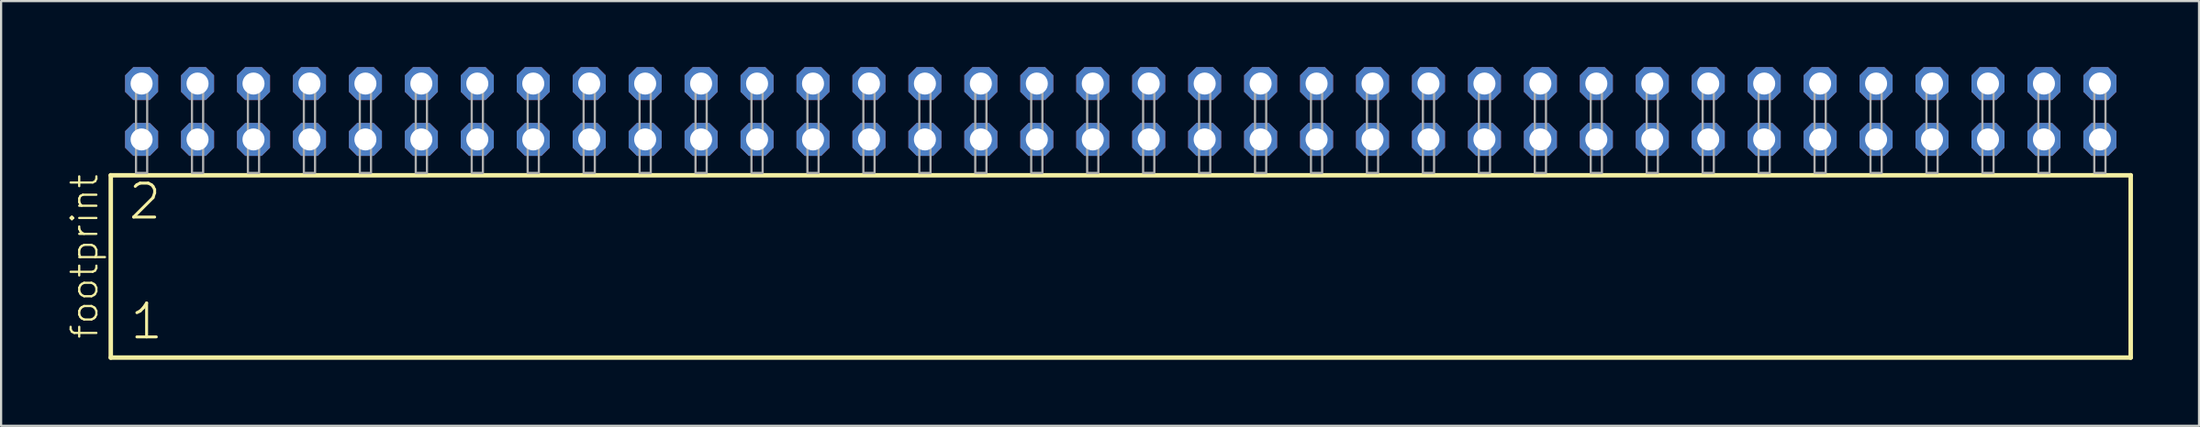
<source format=kicad_pcb>
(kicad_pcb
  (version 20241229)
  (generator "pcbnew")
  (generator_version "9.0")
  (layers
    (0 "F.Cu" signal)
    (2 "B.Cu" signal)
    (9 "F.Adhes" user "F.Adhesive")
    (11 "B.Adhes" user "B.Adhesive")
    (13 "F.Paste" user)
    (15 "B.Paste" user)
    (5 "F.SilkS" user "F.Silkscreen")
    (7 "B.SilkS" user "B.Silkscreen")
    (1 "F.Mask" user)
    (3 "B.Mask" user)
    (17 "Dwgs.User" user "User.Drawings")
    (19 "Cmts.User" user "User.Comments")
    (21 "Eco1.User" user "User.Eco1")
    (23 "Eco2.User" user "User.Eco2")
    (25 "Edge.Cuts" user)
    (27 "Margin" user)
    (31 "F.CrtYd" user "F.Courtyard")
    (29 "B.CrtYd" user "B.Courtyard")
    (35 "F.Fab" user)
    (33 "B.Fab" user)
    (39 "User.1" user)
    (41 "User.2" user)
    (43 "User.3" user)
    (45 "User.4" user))
  (footprint "footprint"
    (layer "F.Cu")
    (at 47.828 4.814)
    (property "Reference" "footprint" (at -46.355 7.62 90) (layer "F.SilkS") (effects (font (size 1.168 1.168) (thickness 0.102)) (justify left bottom)))
    (fp_line (start -45.849 0.106) (end -45.849 8.396) (stroke (width 0.203) (type solid)) (layer "F.SilkS"))
    (fp_line (start -45.849 8.396) (end 45.849 8.396) (stroke (width 0.203) (type solid)) (layer "F.SilkS"))
    (fp_line (start 45.849 0.106) (end -45.849 0.106) (stroke (width 0.203) (type solid)) (layer "F.SilkS"))
    (fp_line (start 45.849 8.396) (end 45.849 0.106) (stroke (width 0.203) (type solid)) (layer "F.SilkS"))
    (fp_poly (pts (xy -44.704 0) (xy -44.196 0) (xy -44.196 -4.318) (xy -44.704 -4.318)) (stroke (width 0.1) (type solid)) (fill no) (layer "F.Fab"))
    (fp_poly (pts (xy -42.164 0) (xy -41.656 0) (xy -41.656 -4.318) (xy -42.164 -4.318)) (stroke (width 0.1) (type solid)) (fill no) (layer "F.Fab"))
    (fp_poly (pts (xy -39.624 0) (xy -39.116 0) (xy -39.116 -4.318) (xy -39.624 -4.318)) (stroke (width 0.1) (type solid)) (fill no) (layer "F.Fab"))
    (fp_poly (pts (xy -37.084 0) (xy -36.576 0) (xy -36.576 -4.318) (xy -37.084 -4.318)) (stroke (width 0.1) (type solid)) (fill no) (layer "F.Fab"))
    (fp_poly (pts (xy -34.544 0) (xy -34.036 0) (xy -34.036 -4.318) (xy -34.544 -4.318)) (stroke (width 0.1) (type solid)) (fill no) (layer "F.Fab"))
    (fp_poly (pts (xy -32.004 0) (xy -31.496 0) (xy -31.496 -4.318) (xy -32.004 -4.318)) (stroke (width 0.1) (type solid)) (fill no) (layer "F.Fab"))
    (fp_poly (pts (xy -29.464 0) (xy -28.956 0) (xy -28.956 -4.318) (xy -29.464 -4.318)) (stroke (width 0.1) (type solid)) (fill no) (layer "F.Fab"))
    (fp_poly (pts (xy -26.924 0) (xy -26.416 0) (xy -26.416 -4.318) (xy -26.924 -4.318)) (stroke (width 0.1) (type solid)) (fill no) (layer "F.Fab"))
    (fp_poly (pts (xy -24.384 0) (xy -23.876 0) (xy -23.876 -4.318) (xy -24.384 -4.318)) (stroke (width 0.1) (type solid)) (fill no) (layer "F.Fab"))
    (fp_poly (pts (xy -21.844 0) (xy -21.336 0) (xy -21.336 -4.318) (xy -21.844 -4.318)) (stroke (width 0.1) (type solid)) (fill no) (layer "F.Fab"))
    (fp_poly (pts (xy -19.304 0) (xy -18.796 0) (xy -18.796 -4.318) (xy -19.304 -4.318)) (stroke (width 0.1) (type solid)) (fill no) (layer "F.Fab"))
    (fp_poly (pts (xy -16.764 0) (xy -16.256 0) (xy -16.256 -4.318) (xy -16.764 -4.318)) (stroke (width 0.1) (type solid)) (fill no) (layer "F.Fab"))
    (fp_poly (pts (xy -14.224 0) (xy -13.716 0) (xy -13.716 -4.318) (xy -14.224 -4.318)) (stroke (width 0.1) (type solid)) (fill no) (layer "F.Fab"))
    (fp_poly (pts (xy -11.684 0) (xy -11.176 0) (xy -11.176 -4.318) (xy -11.684 -4.318)) (stroke (width 0.1) (type solid)) (fill no) (layer "F.Fab"))
    (fp_poly (pts (xy -9.144 0) (xy -8.636 0) (xy -8.636 -4.318) (xy -9.144 -4.318)) (stroke (width 0.1) (type solid)) (fill no) (layer "F.Fab"))
    (fp_poly (pts (xy -6.604 0) (xy -6.096 0) (xy -6.096 -4.318) (xy -6.604 -4.318)) (stroke (width 0.1) (type solid)) (fill no) (layer "F.Fab"))
    (fp_poly (pts (xy -4.064 0) (xy -3.556 0) (xy -3.556 -4.318) (xy -4.064 -4.318)) (stroke (width 0.1) (type solid)) (fill no) (layer "F.Fab"))
    (fp_poly (pts (xy -1.524 0) (xy -1.016 0) (xy -1.016 -4.318) (xy -1.524 -4.318)) (stroke (width 0.1) (type solid)) (fill no) (layer "F.Fab"))
    (fp_poly (pts (xy 1.016 0) (xy 1.524 0) (xy 1.524 -4.318) (xy 1.016 -4.318)) (stroke (width 0.1) (type solid)) (fill no) (layer "F.Fab"))
    (fp_poly (pts (xy 3.556 0) (xy 4.064 0) (xy 4.064 -4.318) (xy 3.556 -4.318)) (stroke (width 0.1) (type solid)) (fill no) (layer "F.Fab"))
    (fp_poly (pts (xy 6.096 0) (xy 6.604 0) (xy 6.604 -4.318) (xy 6.096 -4.318)) (stroke (width 0.1) (type solid)) (fill no) (layer "F.Fab"))
    (fp_poly (pts (xy 8.636 0) (xy 9.144 0) (xy 9.144 -4.318) (xy 8.636 -4.318)) (stroke (width 0.1) (type solid)) (fill no) (layer "F.Fab"))
    (fp_poly (pts (xy 11.176 0) (xy 11.684 0) (xy 11.684 -4.318) (xy 11.176 -4.318)) (stroke (width 0.1) (type solid)) (fill no) (layer "F.Fab"))
    (fp_poly (pts (xy 13.716 0) (xy 14.224 0) (xy 14.224 -4.318) (xy 13.716 -4.318)) (stroke (width 0.1) (type solid)) (fill no) (layer "F.Fab"))
    (fp_poly (pts (xy 16.256 0) (xy 16.764 0) (xy 16.764 -4.318) (xy 16.256 -4.318)) (stroke (width 0.1) (type solid)) (fill no) (layer "F.Fab"))
    (fp_poly (pts (xy 18.796 0) (xy 19.304 0) (xy 19.304 -4.318) (xy 18.796 -4.318)) (stroke (width 0.1) (type solid)) (fill no) (layer "F.Fab"))
    (fp_poly (pts (xy 21.336 0) (xy 21.844 0) (xy 21.844 -4.318) (xy 21.336 -4.318)) (stroke (width 0.1) (type solid)) (fill no) (layer "F.Fab"))
    (fp_poly (pts (xy 23.876 0) (xy 24.384 0) (xy 24.384 -4.318) (xy 23.876 -4.318)) (stroke (width 0.1) (type solid)) (fill no) (layer "F.Fab"))
    (fp_poly (pts (xy 26.416 0) (xy 26.924 0) (xy 26.924 -4.318) (xy 26.416 -4.318)) (stroke (width 0.1) (type solid)) (fill no) (layer "F.Fab"))
    (fp_poly (pts (xy 28.956 0) (xy 29.464 0) (xy 29.464 -4.318) (xy 28.956 -4.318)) (stroke (width 0.1) (type solid)) (fill no) (layer "F.Fab"))
    (fp_poly (pts (xy 31.496 0) (xy 32.004 0) (xy 32.004 -4.318) (xy 31.496 -4.318)) (stroke (width 0.1) (type solid)) (fill no) (layer "F.Fab"))
    (fp_poly (pts (xy 34.036 0) (xy 34.544 0) (xy 34.544 -4.318) (xy 34.036 -4.318)) (stroke (width 0.1) (type solid)) (fill no) (layer "F.Fab"))
    (fp_poly (pts (xy 36.576 0) (xy 37.084 0) (xy 37.084 -4.318) (xy 36.576 -4.318)) (stroke (width 0.1) (type solid)) (fill no) (layer "F.Fab"))
    (fp_poly (pts (xy 39.116 0) (xy 39.624 0) (xy 39.624 -4.318) (xy 39.116 -4.318)) (stroke (width 0.1) (type solid)) (fill no) (layer "F.Fab"))
    (fp_poly (pts (xy 41.656 0) (xy 42.164 0) (xy 42.164 -4.318) (xy 41.656 -4.318)) (stroke (width 0.1) (type solid)) (fill no) (layer "F.Fab"))
    (fp_poly (pts (xy 44.196 0) (xy 44.704 0) (xy 44.704 -4.318) (xy 44.196 -4.318)) (stroke (width 0.1) (type solid)) (fill no) (layer "F.Fab"))
    (fp_text user "2" (at -45.12 2.2 0) (layer "F.SilkS") (effects (font (size 1.542 1.542) (thickness 0.134)) (justify left bottom)))
    (fp_text user "1" (at -45.045 7.65 0) (layer "F.SilkS") (effects (font (size 1.542 1.542) (thickness 0.134)) (justify left bottom)))
    (pad "1" thru_hole roundrect (at -44.45 -1.524) (size 1.5 1.5) (drill 1) (layers "*.Cu" "*.Mask") (roundrect_rratio 0.25) (chamfer_ratio 0.25) (chamfer top_left top_right bottom_left bottom_right))
    (pad "2" thru_hole roundrect (at -44.45 -4.064) (size 1.5 1.5) (drill 1) (layers "*.Cu" "*.Mask") (roundrect_rratio 0.25) (chamfer_ratio 0.25) (chamfer top_left top_right bottom_left bottom_right))
    (pad "3" thru_hole roundrect (at -41.91 -1.524) (size 1.5 1.5) (drill 1) (layers "*.Cu" "*.Mask") (roundrect_rratio 0.25) (chamfer_ratio 0.25) (chamfer top_left top_right bottom_left bottom_right))
    (pad "4" thru_hole roundrect (at -41.91 -4.064) (size 1.5 1.5) (drill 1) (layers "*.Cu" "*.Mask") (roundrect_rratio 0.25) (chamfer_ratio 0.25) (chamfer top_left top_right bottom_left bottom_right))
    (pad "5" thru_hole roundrect (at -39.37 -1.524) (size 1.5 1.5) (drill 1) (layers "*.Cu" "*.Mask") (roundrect_rratio 0.25) (chamfer_ratio 0.25) (chamfer top_left top_right bottom_left bottom_right))
    (pad "6" thru_hole roundrect (at -39.37 -4.064) (size 1.5 1.5) (drill 1) (layers "*.Cu" "*.Mask") (roundrect_rratio 0.25) (chamfer_ratio 0.25) (chamfer top_left top_right bottom_left bottom_right))
    (pad "7" thru_hole roundrect (at -36.83 -1.524) (size 1.5 1.5) (drill 1) (layers "*.Cu" "*.Mask") (roundrect_rratio 0.25) (chamfer_ratio 0.25) (chamfer top_left top_right bottom_left bottom_right))
    (pad "8" thru_hole roundrect (at -36.83 -4.064) (size 1.5 1.5) (drill 1) (layers "*.Cu" "*.Mask") (roundrect_rratio 0.25) (chamfer_ratio 0.25) (chamfer top_left top_right bottom_left bottom_right))
    (pad "9" thru_hole roundrect (at -34.29 -1.524) (size 1.5 1.5) (drill 1) (layers "*.Cu" "*.Mask") (roundrect_rratio 0.25) (chamfer_ratio 0.25) (chamfer top_left top_right bottom_left bottom_right))
    (pad "10" thru_hole roundrect (at -34.29 -4.064) (size 1.5 1.5) (drill 1) (layers "*.Cu" "*.Mask") (roundrect_rratio 0.25) (chamfer_ratio 0.25) (chamfer top_left top_right bottom_left bottom_right))
    (pad "11" thru_hole roundrect (at -31.75 -1.524) (size 1.5 1.5) (drill 1) (layers "*.Cu" "*.Mask") (roundrect_rratio 0.25) (chamfer_ratio 0.25) (chamfer top_left top_right bottom_left bottom_right))
    (pad "12" thru_hole roundrect (at -31.75 -4.064) (size 1.5 1.5) (drill 1) (layers "*.Cu" "*.Mask") (roundrect_rratio 0.25) (chamfer_ratio 0.25) (chamfer top_left top_right bottom_left bottom_right))
    (pad "13" thru_hole roundrect (at -29.21 -1.524) (size 1.5 1.5) (drill 1) (layers "*.Cu" "*.Mask") (roundrect_rratio 0.25) (chamfer_ratio 0.25) (chamfer top_left top_right bottom_left bottom_right))
    (pad "14" thru_hole roundrect (at -29.21 -4.064) (size 1.5 1.5) (drill 1) (layers "*.Cu" "*.Mask") (roundrect_rratio 0.25) (chamfer_ratio 0.25) (chamfer top_left top_right bottom_left bottom_right))
    (pad "15" thru_hole roundrect (at -26.67 -1.524) (size 1.5 1.5) (drill 1) (layers "*.Cu" "*.Mask") (roundrect_rratio 0.25) (chamfer_ratio 0.25) (chamfer top_left top_right bottom_left bottom_right))
    (pad "16" thru_hole roundrect (at -26.67 -4.064) (size 1.5 1.5) (drill 1) (layers "*.Cu" "*.Mask") (roundrect_rratio 0.25) (chamfer_ratio 0.25) (chamfer top_left top_right bottom_left bottom_right))
    (pad "17" thru_hole roundrect (at -24.13 -1.524) (size 1.5 1.5) (drill 1) (layers "*.Cu" "*.Mask") (roundrect_rratio 0.25) (chamfer_ratio 0.25) (chamfer top_left top_right bottom_left bottom_right))
    (pad "18" thru_hole roundrect (at -24.13 -4.064) (size 1.5 1.5) (drill 1) (layers "*.Cu" "*.Mask") (roundrect_rratio 0.25) (chamfer_ratio 0.25) (chamfer top_left top_right bottom_left bottom_right))
    (pad "19" thru_hole roundrect (at -21.59 -1.524) (size 1.5 1.5) (drill 1) (layers "*.Cu" "*.Mask") (roundrect_rratio 0.25) (chamfer_ratio 0.25) (chamfer top_left top_right bottom_left bottom_right))
    (pad "20" thru_hole roundrect (at -21.59 -4.064) (size 1.5 1.5) (drill 1) (layers "*.Cu" "*.Mask") (roundrect_rratio 0.25) (chamfer_ratio 0.25) (chamfer top_left top_right bottom_left bottom_right))
    (pad "21" thru_hole roundrect (at -19.05 -1.524) (size 1.5 1.5) (drill 1) (layers "*.Cu" "*.Mask") (roundrect_rratio 0.25) (chamfer_ratio 0.25) (chamfer top_left top_right bottom_left bottom_right))
    (pad "22" thru_hole roundrect (at -19.05 -4.064) (size 1.5 1.5) (drill 1) (layers "*.Cu" "*.Mask") (roundrect_rratio 0.25) (chamfer_ratio 0.25) (chamfer top_left top_right bottom_left bottom_right))
    (pad "23" thru_hole roundrect (at -16.51 -1.524) (size 1.5 1.5) (drill 1) (layers "*.Cu" "*.Mask") (roundrect_rratio 0.25) (chamfer_ratio 0.25) (chamfer top_left top_right bottom_left bottom_right))
    (pad "24" thru_hole roundrect (at -16.51 -4.064) (size 1.5 1.5) (drill 1) (layers "*.Cu" "*.Mask") (roundrect_rratio 0.25) (chamfer_ratio 0.25) (chamfer top_left top_right bottom_left bottom_right))
    (pad "25" thru_hole roundrect (at -13.97 -1.524) (size 1.5 1.5) (drill 1) (layers "*.Cu" "*.Mask") (roundrect_rratio 0.25) (chamfer_ratio 0.25) (chamfer top_left top_right bottom_left bottom_right))
    (pad "26" thru_hole roundrect (at -13.97 -4.064) (size 1.5 1.5) (drill 1) (layers "*.Cu" "*.Mask") (roundrect_rratio 0.25) (chamfer_ratio 0.25) (chamfer top_left top_right bottom_left bottom_right))
    (pad "27" thru_hole roundrect (at -11.43 -1.524) (size 1.5 1.5) (drill 1) (layers "*.Cu" "*.Mask") (roundrect_rratio 0.25) (chamfer_ratio 0.25) (chamfer top_left top_right bottom_left bottom_right))
    (pad "28" thru_hole roundrect (at -11.43 -4.064) (size 1.5 1.5) (drill 1) (layers "*.Cu" "*.Mask") (roundrect_rratio 0.25) (chamfer_ratio 0.25) (chamfer top_left top_right bottom_left bottom_right))
    (pad "29" thru_hole roundrect (at -8.89 -1.524) (size 1.5 1.5) (drill 1) (layers "*.Cu" "*.Mask") (roundrect_rratio 0.25) (chamfer_ratio 0.25) (chamfer top_left top_right bottom_left bottom_right))
    (pad "30" thru_hole roundrect (at -8.89 -4.064) (size 1.5 1.5) (drill 1) (layers "*.Cu" "*.Mask") (roundrect_rratio 0.25) (chamfer_ratio 0.25) (chamfer top_left top_right bottom_left bottom_right))
    (pad "31" thru_hole roundrect (at -6.35 -1.524) (size 1.5 1.5) (drill 1) (layers "*.Cu" "*.Mask") (roundrect_rratio 0.25) (chamfer_ratio 0.25) (chamfer top_left top_right bottom_left bottom_right))
    (pad "32" thru_hole roundrect (at -6.35 -4.064) (size 1.5 1.5) (drill 1) (layers "*.Cu" "*.Mask") (roundrect_rratio 0.25) (chamfer_ratio 0.25) (chamfer top_left top_right bottom_left bottom_right))
    (pad "33" thru_hole roundrect (at -3.81 -1.524) (size 1.5 1.5) (drill 1) (layers "*.Cu" "*.Mask") (roundrect_rratio 0.25) (chamfer_ratio 0.25) (chamfer top_left top_right bottom_left bottom_right))
    (pad "34" thru_hole roundrect (at -3.81 -4.064) (size 1.5 1.5) (drill 1) (layers "*.Cu" "*.Mask") (roundrect_rratio 0.25) (chamfer_ratio 0.25) (chamfer top_left top_right bottom_left bottom_right))
    (pad "35" thru_hole roundrect (at -1.27 -1.524) (size 1.5 1.5) (drill 1) (layers "*.Cu" "*.Mask") (roundrect_rratio 0.25) (chamfer_ratio 0.25) (chamfer top_left top_right bottom_left bottom_right))
    (pad "36" thru_hole roundrect (at -1.27 -4.064) (size 1.5 1.5) (drill 1) (layers "*.Cu" "*.Mask") (roundrect_rratio 0.25) (chamfer_ratio 0.25) (chamfer top_left top_right bottom_left bottom_right))
    (pad "37" thru_hole roundrect (at 1.27 -1.524) (size 1.5 1.5) (drill 1) (layers "*.Cu" "*.Mask") (roundrect_rratio 0.25) (chamfer_ratio 0.25) (chamfer top_left top_right bottom_left bottom_right))
    (pad "38" thru_hole roundrect (at 1.27 -4.064) (size 1.5 1.5) (drill 1) (layers "*.Cu" "*.Mask") (roundrect_rratio 0.25) (chamfer_ratio 0.25) (chamfer top_left top_right bottom_left bottom_right))
    (pad "39" thru_hole roundrect (at 3.81 -1.524) (size 1.5 1.5) (drill 1) (layers "*.Cu" "*.Mask") (roundrect_rratio 0.25) (chamfer_ratio 0.25) (chamfer top_left top_right bottom_left bottom_right))
    (pad "40" thru_hole roundrect (at 3.81 -4.064) (size 1.5 1.5) (drill 1) (layers "*.Cu" "*.Mask") (roundrect_rratio 0.25) (chamfer_ratio 0.25) (chamfer top_left top_right bottom_left bottom_right))
    (pad "41" thru_hole roundrect (at 6.35 -1.524) (size 1.5 1.5) (drill 1) (layers "*.Cu" "*.Mask") (roundrect_rratio 0.25) (chamfer_ratio 0.25) (chamfer top_left top_right bottom_left bottom_right))
    (pad "42" thru_hole roundrect (at 6.35 -4.064) (size 1.5 1.5) (drill 1) (layers "*.Cu" "*.Mask") (roundrect_rratio 0.25) (chamfer_ratio 0.25) (chamfer top_left top_right bottom_left bottom_right))
    (pad "43" thru_hole roundrect (at 8.89 -1.524) (size 1.5 1.5) (drill 1) (layers "*.Cu" "*.Mask") (roundrect_rratio 0.25) (chamfer_ratio 0.25) (chamfer top_left top_right bottom_left bottom_right))
    (pad "44" thru_hole roundrect (at 8.89 -4.064) (size 1.5 1.5) (drill 1) (layers "*.Cu" "*.Mask") (roundrect_rratio 0.25) (chamfer_ratio 0.25) (chamfer top_left top_right bottom_left bottom_right))
    (pad "45" thru_hole roundrect (at 11.43 -1.524) (size 1.5 1.5) (drill 1) (layers "*.Cu" "*.Mask") (roundrect_rratio 0.25) (chamfer_ratio 0.25) (chamfer top_left top_right bottom_left bottom_right))
    (pad "46" thru_hole roundrect (at 11.43 -4.064) (size 1.5 1.5) (drill 1) (layers "*.Cu" "*.Mask") (roundrect_rratio 0.25) (chamfer_ratio 0.25) (chamfer top_left top_right bottom_left bottom_right))
    (pad "47" thru_hole roundrect (at 13.97 -1.524) (size 1.5 1.5) (drill 1) (layers "*.Cu" "*.Mask") (roundrect_rratio 0.25) (chamfer_ratio 0.25) (chamfer top_left top_right bottom_left bottom_right))
    (pad "48" thru_hole roundrect (at 13.97 -4.064) (size 1.5 1.5) (drill 1) (layers "*.Cu" "*.Mask") (roundrect_rratio 0.25) (chamfer_ratio 0.25) (chamfer top_left top_right bottom_left bottom_right))
    (pad "49" thru_hole roundrect (at 16.51 -1.524) (size 1.5 1.5) (drill 1) (layers "*.Cu" "*.Mask") (roundrect_rratio 0.25) (chamfer_ratio 0.25) (chamfer top_left top_right bottom_left bottom_right))
    (pad "50" thru_hole roundrect (at 16.51 -4.064) (size 1.5 1.5) (drill 1) (layers "*.Cu" "*.Mask") (roundrect_rratio 0.25) (chamfer_ratio 0.25) (chamfer top_left top_right bottom_left bottom_right))
    (pad "51" thru_hole roundrect (at 19.05 -1.524) (size 1.5 1.5) (drill 1) (layers "*.Cu" "*.Mask") (roundrect_rratio 0.25) (chamfer_ratio 0.25) (chamfer top_left top_right bottom_left bottom_right))
    (pad "52" thru_hole roundrect (at 19.05 -4.064) (size 1.5 1.5) (drill 1) (layers "*.Cu" "*.Mask") (roundrect_rratio 0.25) (chamfer_ratio 0.25) (chamfer top_left top_right bottom_left bottom_right))
    (pad "53" thru_hole roundrect (at 21.59 -1.524) (size 1.5 1.5) (drill 1) (layers "*.Cu" "*.Mask") (roundrect_rratio 0.25) (chamfer_ratio 0.25) (chamfer top_left top_right bottom_left bottom_right))
    (pad "54" thru_hole roundrect (at 21.59 -4.064) (size 1.5 1.5) (drill 1) (layers "*.Cu" "*.Mask") (roundrect_rratio 0.25) (chamfer_ratio 0.25) (chamfer top_left top_right bottom_left bottom_right))
    (pad "55" thru_hole roundrect (at 24.13 -1.524) (size 1.5 1.5) (drill 1) (layers "*.Cu" "*.Mask") (roundrect_rratio 0.25) (chamfer_ratio 0.25) (chamfer top_left top_right bottom_left bottom_right))
    (pad "56" thru_hole roundrect (at 24.13 -4.064) (size 1.5 1.5) (drill 1) (layers "*.Cu" "*.Mask") (roundrect_rratio 0.25) (chamfer_ratio 0.25) (chamfer top_left top_right bottom_left bottom_right))
    (pad "57" thru_hole roundrect (at 26.67 -1.524) (size 1.5 1.5) (drill 1) (layers "*.Cu" "*.Mask") (roundrect_rratio 0.25) (chamfer_ratio 0.25) (chamfer top_left top_right bottom_left bottom_right))
    (pad "58" thru_hole roundrect (at 26.67 -4.064) (size 1.5 1.5) (drill 1) (layers "*.Cu" "*.Mask") (roundrect_rratio 0.25) (chamfer_ratio 0.25) (chamfer top_left top_right bottom_left bottom_right))
    (pad "59" thru_hole roundrect (at 29.21 -1.524) (size 1.5 1.5) (drill 1) (layers "*.Cu" "*.Mask") (roundrect_rratio 0.25) (chamfer_ratio 0.25) (chamfer top_left top_right bottom_left bottom_right))
    (pad "60" thru_hole roundrect (at 29.21 -4.064) (size 1.5 1.5) (drill 1) (layers "*.Cu" "*.Mask") (roundrect_rratio 0.25) (chamfer_ratio 0.25) (chamfer top_left top_right bottom_left bottom_right))
    (pad "61" thru_hole roundrect (at 31.75 -1.524) (size 1.5 1.5) (drill 1) (layers "*.Cu" "*.Mask") (roundrect_rratio 0.25) (chamfer_ratio 0.25) (chamfer top_left top_right bottom_left bottom_right))
    (pad "62" thru_hole roundrect (at 31.75 -4.064) (size 1.5 1.5) (drill 1) (layers "*.Cu" "*.Mask") (roundrect_rratio 0.25) (chamfer_ratio 0.25) (chamfer top_left top_right bottom_left bottom_right))
    (pad "63" thru_hole roundrect (at 34.29 -1.524) (size 1.5 1.5) (drill 1) (layers "*.Cu" "*.Mask") (roundrect_rratio 0.25) (chamfer_ratio 0.25) (chamfer top_left top_right bottom_left bottom_right))
    (pad "64" thru_hole roundrect (at 34.29 -4.064) (size 1.5 1.5) (drill 1) (layers "*.Cu" "*.Mask") (roundrect_rratio 0.25) (chamfer_ratio 0.25) (chamfer top_left top_right bottom_left bottom_right))
    (pad "65" thru_hole roundrect (at 36.83 -1.524) (size 1.5 1.5) (drill 1) (layers "*.Cu" "*.Mask") (roundrect_rratio 0.25) (chamfer_ratio 0.25) (chamfer top_left top_right bottom_left bottom_right))
    (pad "66" thru_hole roundrect (at 36.83 -4.064) (size 1.5 1.5) (drill 1) (layers "*.Cu" "*.Mask") (roundrect_rratio 0.25) (chamfer_ratio 0.25) (chamfer top_left top_right bottom_left bottom_right))
    (pad "67" thru_hole roundrect (at 39.37 -1.524) (size 1.5 1.5) (drill 1) (layers "*.Cu" "*.Mask") (roundrect_rratio 0.25) (chamfer_ratio 0.25) (chamfer top_left top_right bottom_left bottom_right))
    (pad "68" thru_hole roundrect (at 39.37 -4.064) (size 1.5 1.5) (drill 1) (layers "*.Cu" "*.Mask") (roundrect_rratio 0.25) (chamfer_ratio 0.25) (chamfer top_left top_right bottom_left bottom_right))
    (pad "69" thru_hole roundrect (at 41.91 -1.524) (size 1.5 1.5) (drill 1) (layers "*.Cu" "*.Mask") (roundrect_rratio 0.25) (chamfer_ratio 0.25) (chamfer top_left top_right bottom_left bottom_right))
    (pad "70" thru_hole roundrect (at 41.91 -4.064) (size 1.5 1.5) (drill 1) (layers "*.Cu" "*.Mask") (roundrect_rratio 0.25) (chamfer_ratio 0.25) (chamfer top_left top_right bottom_left bottom_right))
    (pad "71" thru_hole roundrect (at 44.45 -1.524) (size 1.5 1.5) (drill 1) (layers "*.Cu" "*.Mask") (roundrect_rratio 0.25) (chamfer_ratio 0.25) (chamfer top_left top_right bottom_left bottom_right))
    (pad "72" thru_hole roundrect (at 44.45 -4.064) (size 1.5 1.5) (drill 1) (layers "*.Cu" "*.Mask") (roundrect_rratio 0.25) (chamfer_ratio 0.25) (chamfer top_left top_right bottom_left bottom_right)))
  (gr_rect
    (start -3 -3)
    (end 96.779 16.312)
    (stroke (width 0.1) (type default))
    (fill no)
    (layer "Edge.Cuts")))
</source>
